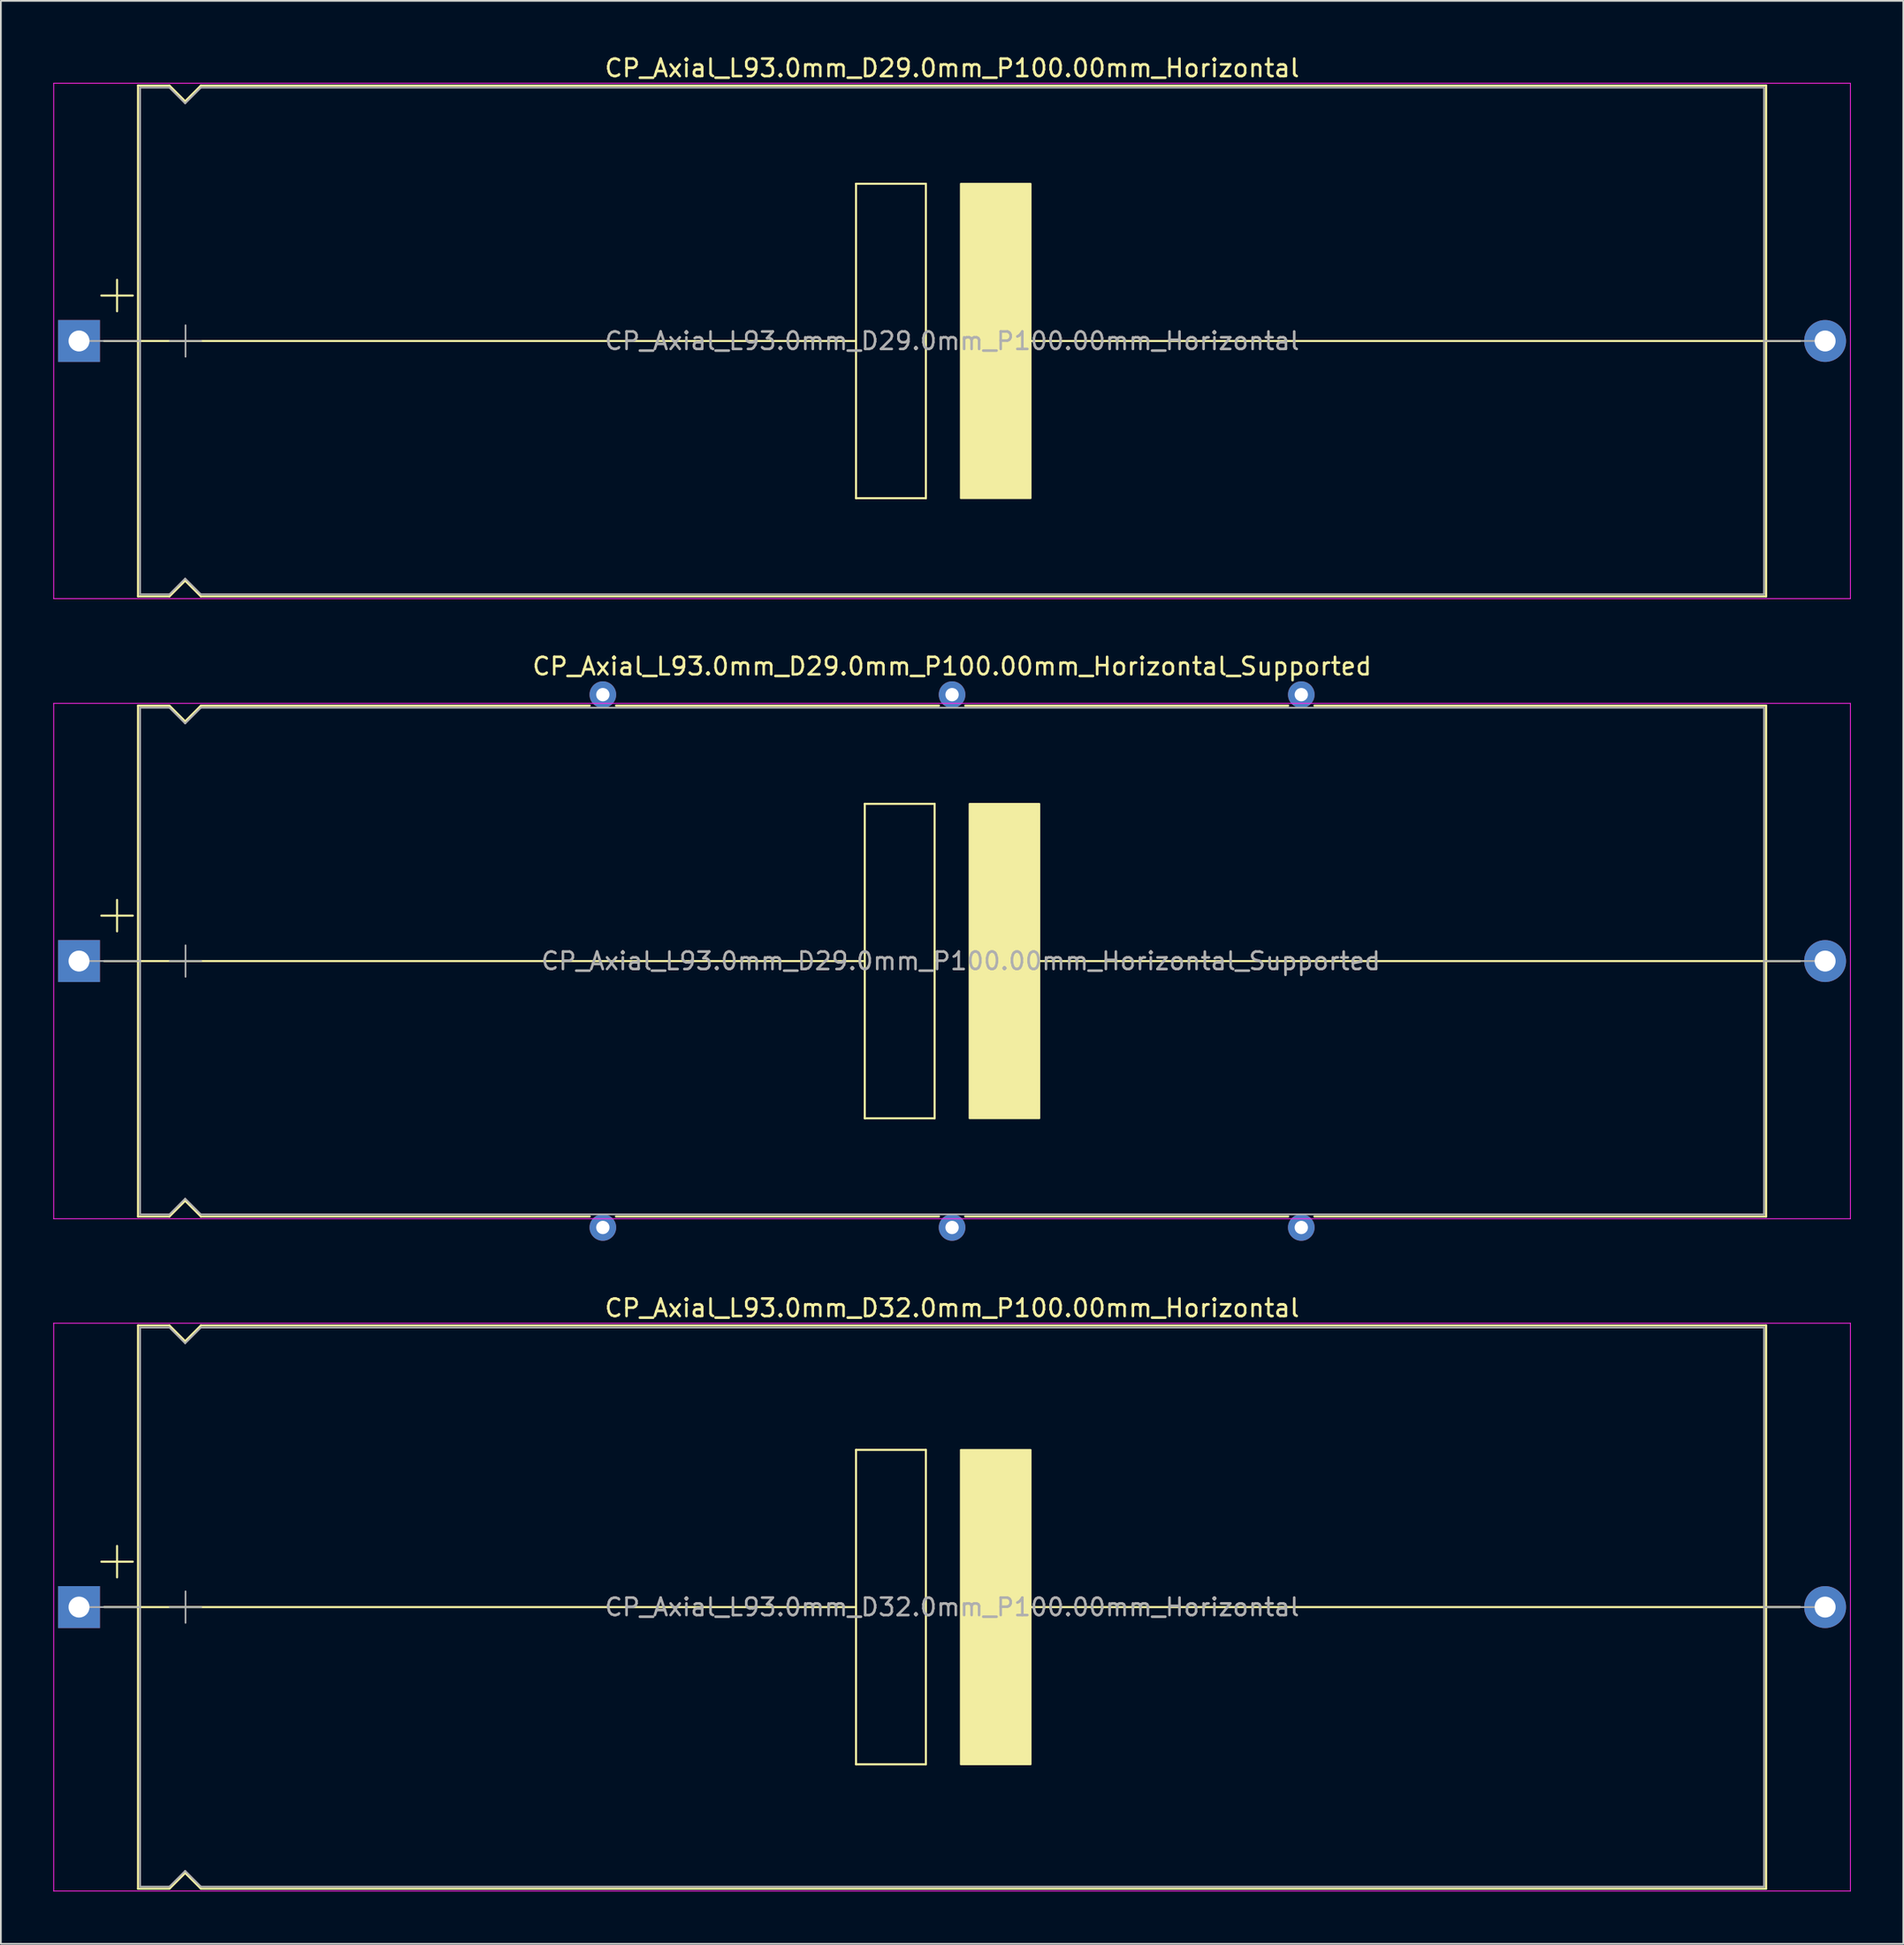
<source format=kicad_pcb>
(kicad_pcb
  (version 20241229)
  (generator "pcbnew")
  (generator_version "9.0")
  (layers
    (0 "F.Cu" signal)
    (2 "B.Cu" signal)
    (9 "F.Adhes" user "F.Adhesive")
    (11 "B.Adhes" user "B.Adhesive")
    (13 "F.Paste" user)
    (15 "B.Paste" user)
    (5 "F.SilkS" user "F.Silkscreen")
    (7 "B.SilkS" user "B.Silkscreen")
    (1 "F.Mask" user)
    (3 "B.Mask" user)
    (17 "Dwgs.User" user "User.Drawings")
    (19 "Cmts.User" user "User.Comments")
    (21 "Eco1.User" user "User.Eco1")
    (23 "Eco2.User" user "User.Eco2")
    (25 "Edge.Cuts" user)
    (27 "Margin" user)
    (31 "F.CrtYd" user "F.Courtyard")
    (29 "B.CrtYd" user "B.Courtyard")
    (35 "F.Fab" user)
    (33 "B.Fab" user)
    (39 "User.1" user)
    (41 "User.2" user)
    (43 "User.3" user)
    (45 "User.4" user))
  (footprint "CP_Axial_L93.0mm_D29.0mm_P100.00mm_Horizontal"
    (layer "F.Cu")
    (at 1.475 16.468)
    (property "Reference" "CP_Axial_L93.0mm_D29.0mm_P100.00mm_Horizontal" (at 50 -15.62 0) (layer "F.SilkS") (effects (font (size 1 1) (thickness 0.15))))
    (attr through_hole)
    (fp_line (start 1.28 -2.6) (end 3.08 -2.6) (stroke (width 0.12) (type solid)) (layer "F.SilkS"))
    (fp_line (start 1.44 0) (end 3.38 0) (stroke (width 0.12) (type solid)) (layer "F.SilkS"))
    (fp_line (start 2.18 -3.5) (end 2.18 -1.7) (stroke (width 0.12) (type solid)) (layer "F.SilkS"))
    (fp_line (start 3.38 -14.62) (end 3.38 14.62) (stroke (width 0.12) (type solid)) (layer "F.SilkS"))
    (fp_line (start 3.38 -14.62) (end 5.18 -14.62) (stroke (width 0.12) (type solid)) (layer "F.SilkS"))
    (fp_line (start 3.38 0) (end 44.5 0) (stroke (width 0.12) (type solid)) (layer "F.SilkS"))
    (fp_line (start 3.38 14.62) (end 5.18 14.62) (stroke (width 0.12) (type solid)) (layer "F.SilkS"))
    (fp_line (start 5.18 -14.62) (end 6.08 -13.72) (stroke (width 0.12) (type solid)) (layer "F.SilkS"))
    (fp_line (start 5.18 14.62) (end 6.08 13.72) (stroke (width 0.12) (type solid)) (layer "F.SilkS"))
    (fp_line (start 6.08 -13.72) (end 6.98 -14.62) (stroke (width 0.12) (type solid)) (layer "F.SilkS"))
    (fp_line (start 6.08 13.72) (end 6.98 14.62) (stroke (width 0.12) (type solid)) (layer "F.SilkS"))
    (fp_line (start 6.98 -14.62) (end 96.62 -14.62) (stroke (width 0.12) (type solid)) (layer "F.SilkS"))
    (fp_line (start 6.98 14.62) (end 96.62 14.62) (stroke (width 0.12) (type solid)) (layer "F.SilkS"))
    (fp_line (start 44.5 -9) (end 48.5 -9) (stroke (width 0.12) (type solid)) (layer "F.SilkS"))
    (fp_line (start 44.5 9) (end 44.5 -9) (stroke (width 0.12) (type solid)) (layer "F.SilkS"))
    (fp_line (start 48.5 -9) (end 48.5 9) (stroke (width 0.12) (type solid)) (layer "F.SilkS"))
    (fp_line (start 48.5 9) (end 44.5 9) (stroke (width 0.12) (type solid)) (layer "F.SilkS"))
    (fp_line (start 54.5 0) (end 96.62 0) (stroke (width 0.12) (type solid)) (layer "F.SilkS"))
    (fp_line (start 96.62 -14.62) (end 96.62 14.62) (stroke (width 0.12) (type solid)) (layer "F.SilkS"))
    (fp_line (start 98.56 0) (end 96.62 0) (stroke (width 0.12) (type solid)) (layer "F.SilkS"))
    (fp_poly (pts (xy 54.5 9) (xy 50.5 9) (xy 50.5 -9) (xy 54.5 -9)) (stroke (width 0.1) (type solid)) (fill yes) (layer "F.SilkS"))
    (fp_line (start -1.45 -14.75) (end -1.45 14.75) (stroke (width 0.05) (type solid)) (layer "F.CrtYd"))
    (fp_line (start -1.45 14.75) (end 101.45 14.75) (stroke (width 0.05) (type solid)) (layer "F.CrtYd"))
    (fp_line (start 101.45 -14.75) (end -1.45 -14.75) (stroke (width 0.05) (type solid)) (layer "F.CrtYd"))
    (fp_line (start 101.45 14.75) (end 101.45 -14.75) (stroke (width 0.05) (type solid)) (layer "F.CrtYd"))
    (fp_line (start 0 0) (end 3.5 0) (stroke (width 0.1) (type solid)) (layer "F.Fab"))
    (fp_line (start 3.5 -14.5) (end 3.5 14.5) (stroke (width 0.1) (type solid)) (layer "F.Fab"))
    (fp_line (start 3.5 -14.5) (end 5.18 -14.5) (stroke (width 0.1) (type solid)) (layer "F.Fab"))
    (fp_line (start 3.5 14.5) (end 5.18 14.5) (stroke (width 0.1) (type solid)) (layer "F.Fab"))
    (fp_line (start 5.18 -14.5) (end 6.08 -13.6) (stroke (width 0.1) (type solid)) (layer "F.Fab"))
    (fp_line (start 5.18 14.5) (end 6.08 13.6) (stroke (width 0.1) (type solid)) (layer "F.Fab"))
    (fp_line (start 5.2 0) (end 7 0) (stroke (width 0.1) (type solid)) (layer "F.Fab"))
    (fp_line (start 6.08 -13.6) (end 6.98 -14.5) (stroke (width 0.1) (type solid)) (layer "F.Fab"))
    (fp_line (start 6.08 13.6) (end 6.98 14.5) (stroke (width 0.1) (type solid)) (layer "F.Fab"))
    (fp_line (start 6.1 -0.9) (end 6.1 0.9) (stroke (width 0.1) (type solid)) (layer "F.Fab"))
    (fp_line (start 6.98 -14.5) (end 96.5 -14.5) (stroke (width 0.1) (type solid)) (layer "F.Fab"))
    (fp_line (start 6.98 14.5) (end 96.5 14.5) (stroke (width 0.1) (type solid)) (layer "F.Fab"))
    (fp_line (start 96.5 -14.5) (end 96.5 14.5) (stroke (width 0.1) (type solid)) (layer "F.Fab"))
    (fp_line (start 100 0) (end 96.5 0) (stroke (width 0.1) (type solid)) (layer "F.Fab"))
    (fp_text user "${REFERENCE}" (at 50 0 0) (layer "F.Fab") (effects (font (size 1 1) (thickness 0.15))))
    (pad "1" thru_hole rect (at 0 0) (size 2.4 2.4) (drill 1.2) (layers "*.Cu" "*.Mask"))
    (pad "2" thru_hole oval (at 100 0) (size 2.4 2.4) (drill 1.2) (layers "*.Cu" "*.Mask")))
  (footprint "CP_Axial_L93.0mm_D32.0mm_P100.00mm_Horizontal"
    (layer "F.Cu")
    (at 1.475 88.942)
    (property "Reference" "CP_Axial_L93.0mm_D32.0mm_P100.00mm_Horizontal" (at 50 -17.12 0) (layer "F.SilkS") (effects (font (size 1 1) (thickness 0.15))))
    (attr through_hole)
    (fp_line (start 1.28 -2.6) (end 3.08 -2.6) (stroke (width 0.12) (type solid)) (layer "F.SilkS"))
    (fp_line (start 1.44 0) (end 3.38 0) (stroke (width 0.12) (type solid)) (layer "F.SilkS"))
    (fp_line (start 2.18 -3.5) (end 2.18 -1.7) (stroke (width 0.12) (type solid)) (layer "F.SilkS"))
    (fp_line (start 3.38 -16.12) (end 3.38 16.12) (stroke (width 0.12) (type solid)) (layer "F.SilkS"))
    (fp_line (start 3.38 -16.12) (end 5.18 -16.12) (stroke (width 0.12) (type solid)) (layer "F.SilkS"))
    (fp_line (start 3.38 0) (end 44.5 0) (stroke (width 0.12) (type solid)) (layer "F.SilkS"))
    (fp_line (start 3.38 16.12) (end 5.18 16.12) (stroke (width 0.12) (type solid)) (layer "F.SilkS"))
    (fp_line (start 5.18 -16.12) (end 6.08 -15.22) (stroke (width 0.12) (type solid)) (layer "F.SilkS"))
    (fp_line (start 5.18 16.12) (end 6.08 15.22) (stroke (width 0.12) (type solid)) (layer "F.SilkS"))
    (fp_line (start 6.08 -15.22) (end 6.98 -16.12) (stroke (width 0.12) (type solid)) (layer "F.SilkS"))
    (fp_line (start 6.08 15.22) (end 6.98 16.12) (stroke (width 0.12) (type solid)) (layer "F.SilkS"))
    (fp_line (start 6.98 -16.12) (end 96.62 -16.12) (stroke (width 0.12) (type solid)) (layer "F.SilkS"))
    (fp_line (start 6.98 16.12) (end 96.62 16.12) (stroke (width 0.12) (type solid)) (layer "F.SilkS"))
    (fp_line (start 44.5 -9) (end 48.5 -9) (stroke (width 0.12) (type solid)) (layer "F.SilkS"))
    (fp_line (start 44.5 9) (end 44.5 -9) (stroke (width 0.12) (type solid)) (layer "F.SilkS"))
    (fp_line (start 48.5 -9) (end 48.5 9) (stroke (width 0.12) (type solid)) (layer "F.SilkS"))
    (fp_line (start 48.5 9) (end 44.5 9) (stroke (width 0.12) (type solid)) (layer "F.SilkS"))
    (fp_line (start 54.5 0) (end 96.62 0) (stroke (width 0.12) (type solid)) (layer "F.SilkS"))
    (fp_line (start 96.62 -16.12) (end 96.62 16.12) (stroke (width 0.12) (type solid)) (layer "F.SilkS"))
    (fp_line (start 98.56 0) (end 96.62 0) (stroke (width 0.12) (type solid)) (layer "F.SilkS"))
    (fp_poly (pts (xy 54.5 9) (xy 50.5 9) (xy 50.5 -9) (xy 54.5 -9)) (stroke (width 0.1) (type solid)) (fill yes) (layer "F.SilkS"))
    (fp_line (start -1.45 -16.25) (end -1.45 16.25) (stroke (width 0.05) (type solid)) (layer "F.CrtYd"))
    (fp_line (start -1.45 16.25) (end 101.45 16.25) (stroke (width 0.05) (type solid)) (layer "F.CrtYd"))
    (fp_line (start 101.45 -16.25) (end -1.45 -16.25) (stroke (width 0.05) (type solid)) (layer "F.CrtYd"))
    (fp_line (start 101.45 16.25) (end 101.45 -16.25) (stroke (width 0.05) (type solid)) (layer "F.CrtYd"))
    (fp_line (start 0 0) (end 3.5 0) (stroke (width 0.1) (type solid)) (layer "F.Fab"))
    (fp_line (start 3.5 -16) (end 3.5 16) (stroke (width 0.1) (type solid)) (layer "F.Fab"))
    (fp_line (start 3.5 -16) (end 5.18 -16) (stroke (width 0.1) (type solid)) (layer "F.Fab"))
    (fp_line (start 3.5 16) (end 5.18 16) (stroke (width 0.1) (type solid)) (layer "F.Fab"))
    (fp_line (start 5.18 -16) (end 6.08 -15.1) (stroke (width 0.1) (type solid)) (layer "F.Fab"))
    (fp_line (start 5.18 16) (end 6.08 15.1) (stroke (width 0.1) (type solid)) (layer "F.Fab"))
    (fp_line (start 5.2 0) (end 7 0) (stroke (width 0.1) (type solid)) (layer "F.Fab"))
    (fp_line (start 6.08 -15.1) (end 6.98 -16) (stroke (width 0.1) (type solid)) (layer "F.Fab"))
    (fp_line (start 6.08 15.1) (end 6.98 16) (stroke (width 0.1) (type solid)) (layer "F.Fab"))
    (fp_line (start 6.1 -0.9) (end 6.1 0.9) (stroke (width 0.1) (type solid)) (layer "F.Fab"))
    (fp_line (start 6.98 -16) (end 96.5 -16) (stroke (width 0.1) (type solid)) (layer "F.Fab"))
    (fp_line (start 6.98 16) (end 96.5 16) (stroke (width 0.1) (type solid)) (layer "F.Fab"))
    (fp_line (start 96.5 -16) (end 96.5 16) (stroke (width 0.1) (type solid)) (layer "F.Fab"))
    (fp_line (start 100 0) (end 96.5 0) (stroke (width 0.1) (type solid)) (layer "F.Fab"))
    (fp_text user "${REFERENCE}" (at 50 0 0) (layer "F.Fab") (effects (font (size 1 1) (thickness 0.15))))
    (pad "1" thru_hole rect (at 0 0) (size 2.4 2.4) (drill 1.2) (layers "*.Cu" "*.Mask"))
    (pad "2" thru_hole oval (at 100 0) (size 2.4 2.4) (drill 1.2) (layers "*.Cu" "*.Mask")))
  (footprint "CP_Axial_L93.0mm_D29.0mm_P100.00mm_Horizontal_Supported"
    (layer "F.Cu")
    (at 1.475 51.962)
    (property "Reference" "CP_Axial_L93.0mm_D29.0mm_P100.00mm_Horizontal_Supported" (at 50 -16.87 0) (layer "F.SilkS") (effects (font (size 1 1) (thickness 0.15))))
    (attr through_hole)
    (fp_line (start 1.28 -2.6) (end 3.08 -2.6) (stroke (width 0.12) (type solid)) (layer "F.SilkS"))
    (fp_line (start 1.44 0) (end 3.38 0) (stroke (width 0.12) (type solid)) (layer "F.SilkS"))
    (fp_line (start 2.18 -3.5) (end 2.18 -1.7) (stroke (width 0.12) (type solid)) (layer "F.SilkS"))
    (fp_line (start 3.38 -14.62) (end 3.38 14.62) (stroke (width 0.12) (type solid)) (layer "F.SilkS"))
    (fp_line (start 3.38 -14.62) (end 5.18 -14.62) (stroke (width 0.12) (type solid)) (layer "F.SilkS"))
    (fp_line (start 3.38 0) (end 45 0) (stroke (width 0.12) (type solid)) (layer "F.SilkS"))
    (fp_line (start 3.38 14.62) (end 5.18 14.62) (stroke (width 0.12) (type solid)) (layer "F.SilkS"))
    (fp_line (start 5.18 -14.62) (end 6.08 -13.72) (stroke (width 0.12) (type solid)) (layer "F.SilkS"))
    (fp_line (start 5.18 14.62) (end 6.08 13.72) (stroke (width 0.12) (type solid)) (layer "F.SilkS"))
    (fp_line (start 6.08 -13.72) (end 6.98 -14.62) (stroke (width 0.12) (type solid)) (layer "F.SilkS"))
    (fp_line (start 6.08 13.72) (end 6.98 14.62) (stroke (width 0.12) (type solid)) (layer "F.SilkS"))
    (fp_line (start 6.98 -14.62) (end 29.25 -14.62) (stroke (width 0.12) (type solid)) (layer "F.SilkS"))
    (fp_line (start 6.98 14.62) (end 29.25 14.62) (stroke (width 0.12) (type solid)) (layer "F.SilkS"))
    (fp_line (start 30.75 -14.62) (end 49.25 -14.62) (stroke (width 0.12) (type solid)) (layer "F.SilkS"))
    (fp_line (start 30.75 14.62) (end 49.25 14.62) (stroke (width 0.12) (type solid)) (layer "F.SilkS"))
    (fp_line (start 45 -9) (end 49 -9) (stroke (width 0.12) (type solid)) (layer "F.SilkS"))
    (fp_line (start 45 9) (end 45 -9) (stroke (width 0.12) (type solid)) (layer "F.SilkS"))
    (fp_line (start 49 -9) (end 49 9) (stroke (width 0.12) (type solid)) (layer "F.SilkS"))
    (fp_line (start 49 9) (end 45 9) (stroke (width 0.12) (type solid)) (layer "F.SilkS"))
    (fp_line (start 50.75 -14.62) (end 69.25 -14.62) (stroke (width 0.12) (type solid)) (layer "F.SilkS"))
    (fp_line (start 50.75 14.62) (end 69.25 14.62) (stroke (width 0.12) (type solid)) (layer "F.SilkS"))
    (fp_line (start 54.5 0) (end 96.62 0) (stroke (width 0.12) (type solid)) (layer "F.SilkS"))
    (fp_line (start 70.75 -14.62) (end 96.62 -14.62) (stroke (width 0.12) (type solid)) (layer "F.SilkS"))
    (fp_line (start 70.75 14.62) (end 96.62 14.62) (stroke (width 0.12) (type solid)) (layer "F.SilkS"))
    (fp_line (start 96.62 -14.62) (end 96.62 14.62) (stroke (width 0.12) (type solid)) (layer "F.SilkS"))
    (fp_line (start 98.56 0) (end 96.62 0) (stroke (width 0.12) (type solid)) (layer "F.SilkS"))
    (fp_poly (pts (xy 55 9) (xy 51 9) (xy 51 -9) (xy 55 -9)) (stroke (width 0.1) (type solid)) (fill yes) (layer "F.SilkS"))
    (fp_line (start -1.45 -14.75) (end -1.45 14.75) (stroke (width 0.05) (type solid)) (layer "F.CrtYd"))
    (fp_line (start -1.45 14.75) (end 101.45 14.75) (stroke (width 0.05) (type solid)) (layer "F.CrtYd"))
    (fp_line (start 101.45 -14.75) (end -1.45 -14.75) (stroke (width 0.05) (type solid)) (layer "F.CrtYd"))
    (fp_line (start 101.45 14.75) (end 101.45 -14.75) (stroke (width 0.05) (type solid)) (layer "F.CrtYd"))
    (fp_line (start 0 0) (end 3.5 0) (stroke (width 0.1) (type solid)) (layer "F.Fab"))
    (fp_line (start 3.5 -14.5) (end 3.5 14.5) (stroke (width 0.1) (type solid)) (layer "F.Fab"))
    (fp_line (start 3.5 -14.5) (end 5.18 -14.5) (stroke (width 0.1) (type solid)) (layer "F.Fab"))
    (fp_line (start 3.5 14.5) (end 5.18 14.5) (stroke (width 0.1) (type solid)) (layer "F.Fab"))
    (fp_line (start 5.18 -14.5) (end 6.08 -13.6) (stroke (width 0.1) (type solid)) (layer "F.Fab"))
    (fp_line (start 5.18 14.5) (end 6.08 13.6) (stroke (width 0.1) (type solid)) (layer "F.Fab"))
    (fp_line (start 5.2 0) (end 7 0) (stroke (width 0.1) (type solid)) (layer "F.Fab"))
    (fp_line (start 6.08 -13.6) (end 6.98 -14.5) (stroke (width 0.1) (type solid)) (layer "F.Fab"))
    (fp_line (start 6.08 13.6) (end 6.98 14.5) (stroke (width 0.1) (type solid)) (layer "F.Fab"))
    (fp_line (start 6.1 -0.9) (end 6.1 0.9) (stroke (width 0.1) (type solid)) (layer "F.Fab"))
    (fp_line (start 6.98 -14.5) (end 96.5 -14.5) (stroke (width 0.1) (type solid)) (layer "F.Fab"))
    (fp_line (start 6.98 14.5) (end 96.5 14.5) (stroke (width 0.1) (type solid)) (layer "F.Fab"))
    (fp_line (start 96.5 -14.5) (end 96.5 14.5) (stroke (width 0.1) (type solid)) (layer "F.Fab"))
    (fp_line (start 100 0) (end 96.5 0) (stroke (width 0.1) (type solid)) (layer "F.Fab"))
    (fp_text user "${REFERENCE}" (at 50.5 0 0) (layer "F.Fab") (effects (font (size 1 1) (thickness 0.15))))
    (pad "" thru_hole circle (at 30 -15.25) (size 1.524 1.524) (drill 0.762) (layers "*.Cu" "*.Mask"))
    (pad "" thru_hole circle (at 30 15.25) (size 1.524 1.524) (drill 0.762) (layers "*.Cu" "*.Mask"))
    (pad "" thru_hole circle (at 50 -15.25) (size 1.524 1.524) (drill 0.762) (layers "*.Cu" "*.Mask"))
    (pad "" thru_hole circle (at 50 15.25) (size 1.524 1.524) (drill 0.762) (layers "*.Cu" "*.Mask"))
    (pad "" thru_hole circle (at 70 -15.25) (size 1.524 1.524) (drill 0.762) (layers "*.Cu" "*.Mask"))
    (pad "" thru_hole circle (at 70 15.25) (size 1.524 1.524) (drill 0.762) (layers "*.Cu" "*.Mask"))
    (pad "1" thru_hole rect (at 0 0) (size 2.4 2.4) (drill 1.2) (layers "*.Cu" "*.Mask"))
    (pad "2" thru_hole oval (at 100 0) (size 2.4 2.4) (drill 1.2) (layers "*.Cu" "*.Mask")))
  (gr_rect
    (start -3 -3)
    (end 105.95 108.217)
    (stroke (width 0.1) (type default))
    (fill no)
    (layer "Edge.Cuts")))
</source>
